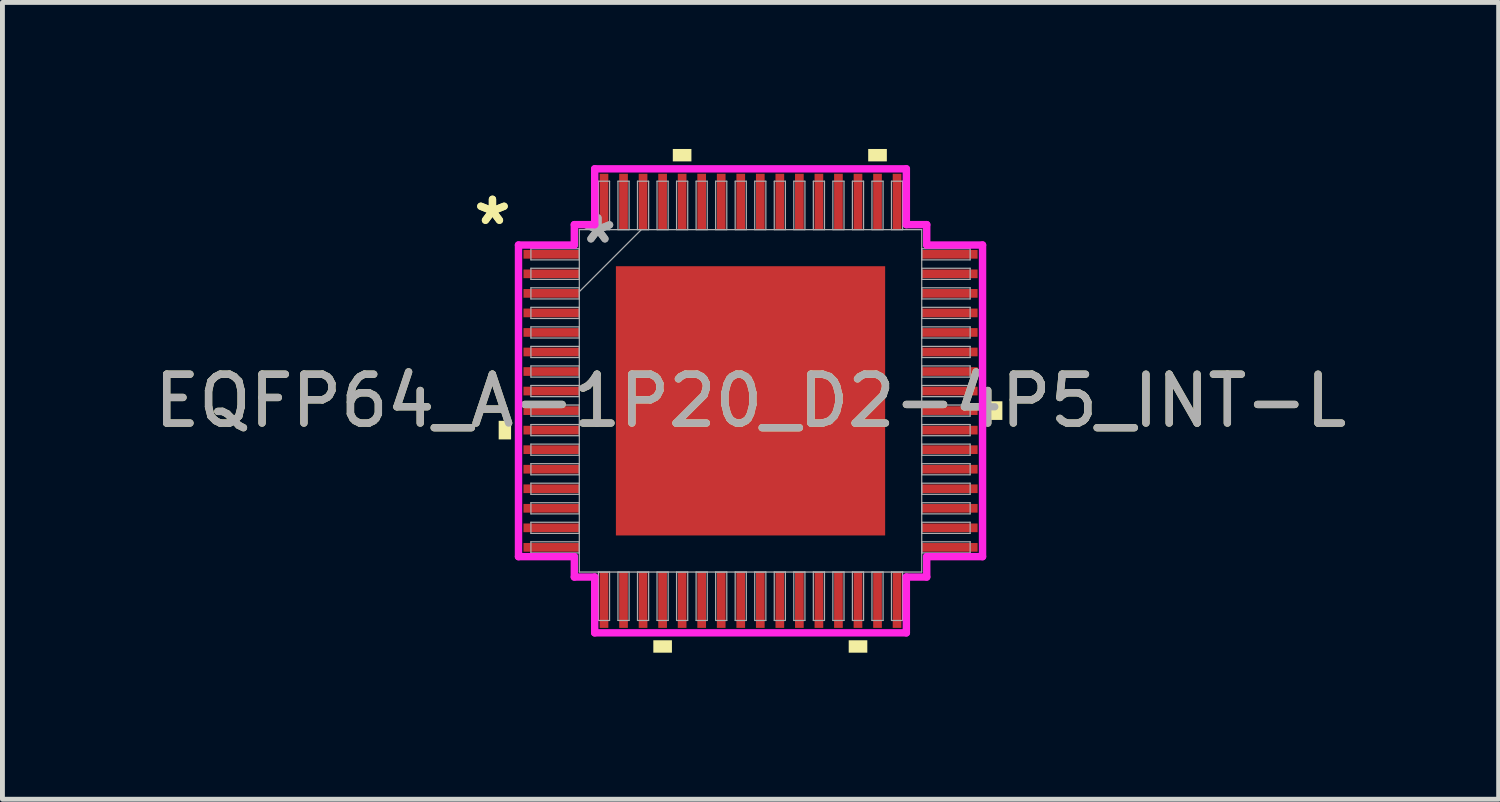
<source format=kicad_pcb>
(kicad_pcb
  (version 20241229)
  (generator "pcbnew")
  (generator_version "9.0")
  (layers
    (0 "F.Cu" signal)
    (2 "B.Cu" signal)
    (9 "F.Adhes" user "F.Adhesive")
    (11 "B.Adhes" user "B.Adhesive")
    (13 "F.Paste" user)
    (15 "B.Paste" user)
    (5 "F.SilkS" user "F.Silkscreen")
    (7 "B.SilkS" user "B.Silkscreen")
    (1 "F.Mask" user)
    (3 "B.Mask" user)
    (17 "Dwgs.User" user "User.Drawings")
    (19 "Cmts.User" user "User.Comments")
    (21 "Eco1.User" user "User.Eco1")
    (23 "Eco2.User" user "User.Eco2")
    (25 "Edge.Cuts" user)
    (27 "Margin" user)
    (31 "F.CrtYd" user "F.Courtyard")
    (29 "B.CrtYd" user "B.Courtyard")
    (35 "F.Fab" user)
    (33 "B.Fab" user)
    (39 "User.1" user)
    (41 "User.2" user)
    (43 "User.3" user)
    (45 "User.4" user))
  (footprint "EQFP64_A-1P20_D2-4P5_INT-L"
    (layer "F.Cu")
    (at 12.315 5.156)
    (property "Reference" "EQFP64_A-1P20_D2-4P5_INT-L" (at 0 0 0) (unlocked yes) (layer "F.SilkS") (effects (font (size 1 1) (thickness 0.15))))
    (attr smd)
    (fp_poly (pts (xy -5.156 0.409) (xy -5.156 0.79) (xy -4.902 0.79) (xy -4.902 0.409)) (stroke (width 0) (type solid)) (fill yes) (layer "F.SilkS"))
    (fp_poly (pts (xy -1.99 4.902) (xy -1.99 5.156) (xy -1.609 5.156) (xy -1.609 4.902)) (stroke (width 0) (type solid)) (fill yes) (layer "F.SilkS"))
    (fp_poly (pts (xy -1.591 -4.902) (xy -1.591 -5.156) (xy -1.21 -5.156) (xy -1.21 -4.902)) (stroke (width 0) (type solid)) (fill yes) (layer "F.SilkS"))
    (fp_poly (pts (xy 2.01 4.902) (xy 2.01 5.156) (xy 2.391 5.156) (xy 2.391 4.902)) (stroke (width 0) (type solid)) (fill yes) (layer "F.SilkS"))
    (fp_poly (pts (xy 2.409 -4.902) (xy 2.409 -5.156) (xy 2.791 -5.156) (xy 2.791 -4.902)) (stroke (width 0) (type solid)) (fill yes) (layer "F.SilkS"))
    (fp_poly (pts (xy 5.156 0.009) (xy 5.156 0.391) (xy 4.902 0.391) (xy 4.902 0.009)) (stroke (width 0) (type solid)) (fill yes) (layer "F.SilkS"))
    (fp_poly (pts (xy -2.656 -2.656) (xy -2.656 -1.478) (xy -1.478 -1.478) (xy -1.478 -2.656)) (stroke (width 0) (type solid)) (fill yes) (layer "F.Paste"))
    (fp_poly (pts (xy -2.656 -1.278) (xy -2.656 -0.1) (xy -1.478 -0.1) (xy -1.478 -1.278)) (stroke (width 0) (type solid)) (fill yes) (layer "F.Paste"))
    (fp_poly (pts (xy -2.656 0.1) (xy -2.656 1.278) (xy -1.478 1.278) (xy -1.478 0.1)) (stroke (width 0) (type solid)) (fill yes) (layer "F.Paste"))
    (fp_poly (pts (xy -2.656 1.478) (xy -2.656 2.656) (xy -1.478 2.656) (xy -1.478 1.478)) (stroke (width 0) (type solid)) (fill yes) (layer "F.Paste"))
    (fp_poly (pts (xy -1.278 -2.656) (xy -1.278 -1.478) (xy -0.1 -1.478) (xy -0.1 -2.656)) (stroke (width 0) (type solid)) (fill yes) (layer "F.Paste"))
    (fp_poly (pts (xy -1.278 -1.278) (xy -1.278 -0.1) (xy -0.1 -0.1) (xy -0.1 -1.278)) (stroke (width 0) (type solid)) (fill yes) (layer "F.Paste"))
    (fp_poly (pts (xy -1.278 0.1) (xy -1.278 1.278) (xy -0.1 1.278) (xy -0.1 0.1)) (stroke (width 0) (type solid)) (fill yes) (layer "F.Paste"))
    (fp_poly (pts (xy -1.278 1.478) (xy -1.278 2.656) (xy -0.1 2.656) (xy -0.1 1.478)) (stroke (width 0) (type solid)) (fill yes) (layer "F.Paste"))
    (fp_poly (pts (xy 0.1 -2.656) (xy 0.1 -1.478) (xy 1.278 -1.478) (xy 1.278 -2.656)) (stroke (width 0) (type solid)) (fill yes) (layer "F.Paste"))
    (fp_poly (pts (xy 0.1 -1.278) (xy 0.1 -0.1) (xy 1.278 -0.1) (xy 1.278 -1.278)) (stroke (width 0) (type solid)) (fill yes) (layer "F.Paste"))
    (fp_poly (pts (xy 0.1 0.1) (xy 0.1 1.278) (xy 1.278 1.278) (xy 1.278 0.1)) (stroke (width 0) (type solid)) (fill yes) (layer "F.Paste"))
    (fp_poly (pts (xy 0.1 1.478) (xy 0.1 2.656) (xy 1.278 2.656) (xy 1.278 1.478)) (stroke (width 0) (type solid)) (fill yes) (layer "F.Paste"))
    (fp_poly (pts (xy 1.478 -2.656) (xy 1.478 -1.478) (xy 2.656 -1.478) (xy 2.656 -2.656)) (stroke (width 0) (type solid)) (fill yes) (layer "F.Paste"))
    (fp_poly (pts (xy 1.478 -1.278) (xy 1.478 -0.1) (xy 2.656 -0.1) (xy 2.656 -1.278)) (stroke (width 0) (type solid)) (fill yes) (layer "F.Paste"))
    (fp_poly (pts (xy 1.478 0.1) (xy 1.478 1.278) (xy 2.656 1.278) (xy 2.656 0.1)) (stroke (width 0) (type solid)) (fill yes) (layer "F.Paste"))
    (fp_poly (pts (xy 1.478 1.478) (xy 1.478 2.656) (xy 2.656 2.656) (xy 2.656 1.478)) (stroke (width 0) (type solid)) (fill yes) (layer "F.Paste"))
    (fp_line (start -4.75 -3.19) (end -3.607 -3.19) (stroke (width 0.152) (type solid)) (layer "F.CrtYd"))
    (fp_line (start -4.75 3.19) (end -4.75 -3.19) (stroke (width 0.152) (type solid)) (layer "F.CrtYd"))
    (fp_line (start -3.607 -3.607) (end -3.19 -3.607) (stroke (width 0.152) (type solid)) (layer "F.CrtYd"))
    (fp_line (start -3.607 -3.19) (end -3.607 -3.607) (stroke (width 0.152) (type solid)) (layer "F.CrtYd"))
    (fp_line (start -3.607 3.19) (end -4.75 3.19) (stroke (width 0.152) (type solid)) (layer "F.CrtYd"))
    (fp_line (start -3.607 3.607) (end -3.607 3.19) (stroke (width 0.152) (type solid)) (layer "F.CrtYd"))
    (fp_line (start -3.607 3.607) (end -3.19 3.607) (stroke (width 0.152) (type solid)) (layer "F.CrtYd"))
    (fp_line (start -3.19 -4.75) (end 3.19 -4.75) (stroke (width 0.152) (type solid)) (layer "F.CrtYd"))
    (fp_line (start -3.19 -3.607) (end -3.19 -4.75) (stroke (width 0.152) (type solid)) (layer "F.CrtYd"))
    (fp_line (start -3.19 3.607) (end -3.19 4.75) (stroke (width 0.152) (type solid)) (layer "F.CrtYd"))
    (fp_line (start -3.19 4.75) (end 3.19 4.75) (stroke (width 0.152) (type solid)) (layer "F.CrtYd"))
    (fp_line (start 3.19 -4.75) (end 3.19 -3.607) (stroke (width 0.152) (type solid)) (layer "F.CrtYd"))
    (fp_line (start 3.19 -3.607) (end 3.607 -3.607) (stroke (width 0.152) (type solid)) (layer "F.CrtYd"))
    (fp_line (start 3.19 3.607) (end 3.607 3.607) (stroke (width 0.152) (type solid)) (layer "F.CrtYd"))
    (fp_line (start 3.19 4.75) (end 3.19 3.607) (stroke (width 0.152) (type solid)) (layer "F.CrtYd"))
    (fp_line (start 3.607 -3.19) (end 3.607 -3.607) (stroke (width 0.152) (type solid)) (layer "F.CrtYd"))
    (fp_line (start 3.607 3.19) (end 4.75 3.19) (stroke (width 0.152) (type solid)) (layer "F.CrtYd"))
    (fp_line (start 3.607 3.607) (end 3.607 3.19) (stroke (width 0.152) (type solid)) (layer "F.CrtYd"))
    (fp_line (start 4.75 -3.19) (end 3.607 -3.19) (stroke (width 0.152) (type solid)) (layer "F.CrtYd"))
    (fp_line (start 4.75 3.19) (end 4.75 -3.19) (stroke (width 0.152) (type solid)) (layer "F.CrtYd"))
    (fp_line (start -4.496 -3.114) (end -4.496 -2.886) (stroke (width 0.025) (type solid)) (layer "F.Fab"))
    (fp_line (start -4.496 -2.886) (end -3.505 -2.886) (stroke (width 0.025) (type solid)) (layer "F.Fab"))
    (fp_line (start -4.496 -2.714) (end -4.496 -2.486) (stroke (width 0.025) (type solid)) (layer "F.Fab"))
    (fp_line (start -4.496 -2.486) (end -3.505 -2.486) (stroke (width 0.025) (type solid)) (layer "F.Fab"))
    (fp_line (start -4.496 -2.314) (end -4.496 -2.086) (stroke (width 0.025) (type solid)) (layer "F.Fab"))
    (fp_line (start -4.496 -2.086) (end -3.505 -2.086) (stroke (width 0.025) (type solid)) (layer "F.Fab"))
    (fp_line (start -4.496 -1.914) (end -4.496 -1.686) (stroke (width 0.025) (type solid)) (layer "F.Fab"))
    (fp_line (start -4.496 -1.686) (end -3.505 -1.686) (stroke (width 0.025) (type solid)) (layer "F.Fab"))
    (fp_line (start -4.496 -1.514) (end -4.496 -1.286) (stroke (width 0.025) (type solid)) (layer "F.Fab"))
    (fp_line (start -4.496 -1.286) (end -3.505 -1.286) (stroke (width 0.025) (type solid)) (layer "F.Fab"))
    (fp_line (start -4.496 -1.114) (end -4.496 -0.886) (stroke (width 0.025) (type solid)) (layer "F.Fab"))
    (fp_line (start -4.496 -0.886) (end -3.505 -0.886) (stroke (width 0.025) (type solid)) (layer "F.Fab"))
    (fp_line (start -4.496 -0.714) (end -4.496 -0.486) (stroke (width 0.025) (type solid)) (layer "F.Fab"))
    (fp_line (start -4.496 -0.486) (end -3.505 -0.486) (stroke (width 0.025) (type solid)) (layer "F.Fab"))
    (fp_line (start -4.496 -0.314) (end -4.496 -0.086) (stroke (width 0.025) (type solid)) (layer "F.Fab"))
    (fp_line (start -4.496 -0.086) (end -3.505 -0.086) (stroke (width 0.025) (type solid)) (layer "F.Fab"))
    (fp_line (start -4.496 0.086) (end -4.496 0.314) (stroke (width 0.025) (type solid)) (layer "F.Fab"))
    (fp_line (start -4.496 0.314) (end -3.505 0.314) (stroke (width 0.025) (type solid)) (layer "F.Fab"))
    (fp_line (start -4.496 0.486) (end -4.496 0.714) (stroke (width 0.025) (type solid)) (layer "F.Fab"))
    (fp_line (start -4.496 0.714) (end -3.505 0.714) (stroke (width 0.025) (type solid)) (layer "F.Fab"))
    (fp_line (start -4.496 0.886) (end -4.496 1.114) (stroke (width 0.025) (type solid)) (layer "F.Fab"))
    (fp_line (start -4.496 1.114) (end -3.505 1.114) (stroke (width 0.025) (type solid)) (layer "F.Fab"))
    (fp_line (start -4.496 1.286) (end -4.496 1.514) (stroke (width 0.025) (type solid)) (layer "F.Fab"))
    (fp_line (start -4.496 1.514) (end -3.505 1.514) (stroke (width 0.025) (type solid)) (layer "F.Fab"))
    (fp_line (start -4.496 1.686) (end -4.496 1.914) (stroke (width 0.025) (type solid)) (layer "F.Fab"))
    (fp_line (start -4.496 1.914) (end -3.505 1.914) (stroke (width 0.025) (type solid)) (layer "F.Fab"))
    (fp_line (start -4.496 2.086) (end -4.496 2.314) (stroke (width 0.025) (type solid)) (layer "F.Fab"))
    (fp_line (start -4.496 2.314) (end -3.505 2.314) (stroke (width 0.025) (type solid)) (layer "F.Fab"))
    (fp_line (start -4.496 2.486) (end -4.496 2.714) (stroke (width 0.025) (type solid)) (layer "F.Fab"))
    (fp_line (start -4.496 2.714) (end -3.505 2.714) (stroke (width 0.025) (type solid)) (layer "F.Fab"))
    (fp_line (start -4.496 2.886) (end -4.496 3.114) (stroke (width 0.025) (type solid)) (layer "F.Fab"))
    (fp_line (start -4.496 3.114) (end -3.505 3.114) (stroke (width 0.025) (type solid)) (layer "F.Fab"))
    (fp_line (start -3.505 -3.505) (end -3.505 3.505) (stroke (width 0.025) (type solid)) (layer "F.Fab"))
    (fp_line (start -3.505 -3.114) (end -4.496 -3.114) (stroke (width 0.025) (type solid)) (layer "F.Fab"))
    (fp_line (start -3.505 -2.886) (end -3.505 -3.114) (stroke (width 0.025) (type solid)) (layer "F.Fab"))
    (fp_line (start -3.505 -2.714) (end -4.496 -2.714) (stroke (width 0.025) (type solid)) (layer "F.Fab"))
    (fp_line (start -3.505 -2.486) (end -3.505 -2.714) (stroke (width 0.025) (type solid)) (layer "F.Fab"))
    (fp_line (start -3.505 -2.314) (end -4.496 -2.314) (stroke (width 0.025) (type solid)) (layer "F.Fab"))
    (fp_line (start -3.505 -2.235) (end -2.235 -3.505) (stroke (width 0.025) (type solid)) (layer "F.Fab"))
    (fp_line (start -3.505 -2.086) (end -3.505 -2.314) (stroke (width 0.025) (type solid)) (layer "F.Fab"))
    (fp_line (start -3.505 -1.914) (end -4.496 -1.914) (stroke (width 0.025) (type solid)) (layer "F.Fab"))
    (fp_line (start -3.505 -1.686) (end -3.505 -1.914) (stroke (width 0.025) (type solid)) (layer "F.Fab"))
    (fp_line (start -3.505 -1.514) (end -4.496 -1.514) (stroke (width 0.025) (type solid)) (layer "F.Fab"))
    (fp_line (start -3.505 -1.286) (end -3.505 -1.514) (stroke (width 0.025) (type solid)) (layer "F.Fab"))
    (fp_line (start -3.505 -1.114) (end -4.496 -1.114) (stroke (width 0.025) (type solid)) (layer "F.Fab"))
    (fp_line (start -3.505 -0.886) (end -3.505 -1.114) (stroke (width 0.025) (type solid)) (layer "F.Fab"))
    (fp_line (start -3.505 -0.714) (end -4.496 -0.714) (stroke (width 0.025) (type solid)) (layer "F.Fab"))
    (fp_line (start -3.505 -0.486) (end -3.505 -0.714) (stroke (width 0.025) (type solid)) (layer "F.Fab"))
    (fp_line (start -3.505 -0.314) (end -4.496 -0.314) (stroke (width 0.025) (type solid)) (layer "F.Fab"))
    (fp_line (start -3.505 -0.086) (end -3.505 -0.314) (stroke (width 0.025) (type solid)) (layer "F.Fab"))
    (fp_line (start -3.505 0.086) (end -4.496 0.086) (stroke (width 0.025) (type solid)) (layer "F.Fab"))
    (fp_line (start -3.505 0.314) (end -3.505 0.086) (stroke (width 0.025) (type solid)) (layer "F.Fab"))
    (fp_line (start -3.505 0.486) (end -4.496 0.486) (stroke (width 0.025) (type solid)) (layer "F.Fab"))
    (fp_line (start -3.505 0.714) (end -3.505 0.486) (stroke (width 0.025) (type solid)) (layer "F.Fab"))
    (fp_line (start -3.505 0.886) (end -4.496 0.886) (stroke (width 0.025) (type solid)) (layer "F.Fab"))
    (fp_line (start -3.505 1.114) (end -3.505 0.886) (stroke (width 0.025) (type solid)) (layer "F.Fab"))
    (fp_line (start -3.505 1.286) (end -4.496 1.286) (stroke (width 0.025) (type solid)) (layer "F.Fab"))
    (fp_line (start -3.505 1.514) (end -3.505 1.286) (stroke (width 0.025) (type solid)) (layer "F.Fab"))
    (fp_line (start -3.505 1.686) (end -4.496 1.686) (stroke (width 0.025) (type solid)) (layer "F.Fab"))
    (fp_line (start -3.505 1.914) (end -3.505 1.686) (stroke (width 0.025) (type solid)) (layer "F.Fab"))
    (fp_line (start -3.505 2.086) (end -4.496 2.086) (stroke (width 0.025) (type solid)) (layer "F.Fab"))
    (fp_line (start -3.505 2.314) (end -3.505 2.086) (stroke (width 0.025) (type solid)) (layer "F.Fab"))
    (fp_line (start -3.505 2.486) (end -4.496 2.486) (stroke (width 0.025) (type solid)) (layer "F.Fab"))
    (fp_line (start -3.505 2.714) (end -3.505 2.486) (stroke (width 0.025) (type solid)) (layer "F.Fab"))
    (fp_line (start -3.505 2.886) (end -4.496 2.886) (stroke (width 0.025) (type solid)) (layer "F.Fab"))
    (fp_line (start -3.505 3.114) (end -3.505 2.886) (stroke (width 0.025) (type solid)) (layer "F.Fab"))
    (fp_line (start -3.505 3.505) (end 3.505 3.505) (stroke (width 0.025) (type solid)) (layer "F.Fab"))
    (fp_line (start -3.114 -4.496) (end -3.114 -3.505) (stroke (width 0.025) (type solid)) (layer "F.Fab"))
    (fp_line (start -3.114 -3.505) (end -2.886 -3.505) (stroke (width 0.025) (type solid)) (layer "F.Fab"))
    (fp_line (start -3.114 3.505) (end -3.114 4.496) (stroke (width 0.025) (type solid)) (layer "F.Fab"))
    (fp_line (start -3.114 4.496) (end -2.886 4.496) (stroke (width 0.025) (type solid)) (layer "F.Fab"))
    (fp_line (start -2.886 -4.496) (end -3.114 -4.496) (stroke (width 0.025) (type solid)) (layer "F.Fab"))
    (fp_line (start -2.886 -3.505) (end -2.886 -4.496) (stroke (width 0.025) (type solid)) (layer "F.Fab"))
    (fp_line (start -2.886 3.505) (end -3.114 3.505) (stroke (width 0.025) (type solid)) (layer "F.Fab"))
    (fp_line (start -2.886 4.496) (end -2.886 3.505) (stroke (width 0.025) (type solid)) (layer "F.Fab"))
    (fp_line (start -2.714 -4.496) (end -2.714 -3.505) (stroke (width 0.025) (type solid)) (layer "F.Fab"))
    (fp_line (start -2.714 -3.505) (end -2.486 -3.505) (stroke (width 0.025) (type solid)) (layer "F.Fab"))
    (fp_line (start -2.714 3.505) (end -2.714 4.496) (stroke (width 0.025) (type solid)) (layer "F.Fab"))
    (fp_line (start -2.714 4.496) (end -2.486 4.496) (stroke (width 0.025) (type solid)) (layer "F.Fab"))
    (fp_line (start -2.486 -4.496) (end -2.714 -4.496) (stroke (width 0.025) (type solid)) (layer "F.Fab"))
    (fp_line (start -2.486 -3.505) (end -2.486 -4.496) (stroke (width 0.025) (type solid)) (layer "F.Fab"))
    (fp_line (start -2.486 3.505) (end -2.714 3.505) (stroke (width 0.025) (type solid)) (layer "F.Fab"))
    (fp_line (start -2.486 4.496) (end -2.486 3.505) (stroke (width 0.025) (type solid)) (layer "F.Fab"))
    (fp_line (start -2.314 -4.496) (end -2.314 -3.505) (stroke (width 0.025) (type solid)) (layer "F.Fab"))
    (fp_line (start -2.314 -3.505) (end -2.086 -3.505) (stroke (width 0.025) (type solid)) (layer "F.Fab"))
    (fp_line (start -2.314 3.505) (end -2.314 4.496) (stroke (width 0.025) (type solid)) (layer "F.Fab"))
    (fp_line (start -2.314 4.496) (end -2.086 4.496) (stroke (width 0.025) (type solid)) (layer "F.Fab"))
    (fp_line (start -2.086 -4.496) (end -2.314 -4.496) (stroke (width 0.025) (type solid)) (layer "F.Fab"))
    (fp_line (start -2.086 -3.505) (end -2.086 -4.496) (stroke (width 0.025) (type solid)) (layer "F.Fab"))
    (fp_line (start -2.086 3.505) (end -2.314 3.505) (stroke (width 0.025) (type solid)) (layer "F.Fab"))
    (fp_line (start -2.086 4.496) (end -2.086 3.505) (stroke (width 0.025) (type solid)) (layer "F.Fab"))
    (fp_line (start -1.914 -4.496) (end -1.914 -3.505) (stroke (width 0.025) (type solid)) (layer "F.Fab"))
    (fp_line (start -1.914 -3.505) (end -1.686 -3.505) (stroke (width 0.025) (type solid)) (layer "F.Fab"))
    (fp_line (start -1.914 3.505) (end -1.914 4.496) (stroke (width 0.025) (type solid)) (layer "F.Fab"))
    (fp_line (start -1.914 4.496) (end -1.686 4.496) (stroke (width 0.025) (type solid)) (layer "F.Fab"))
    (fp_line (start -1.686 -4.496) (end -1.914 -4.496) (stroke (width 0.025) (type solid)) (layer "F.Fab"))
    (fp_line (start -1.686 -3.505) (end -1.686 -4.496) (stroke (width 0.025) (type solid)) (layer "F.Fab"))
    (fp_line (start -1.686 3.505) (end -1.914 3.505) (stroke (width 0.025) (type solid)) (layer "F.Fab"))
    (fp_line (start -1.686 4.496) (end -1.686 3.505) (stroke (width 0.025) (type solid)) (layer "F.Fab"))
    (fp_line (start -1.514 -4.496) (end -1.514 -3.505) (stroke (width 0.025) (type solid)) (layer "F.Fab"))
    (fp_line (start -1.514 -3.505) (end -1.286 -3.505) (stroke (width 0.025) (type solid)) (layer "F.Fab"))
    (fp_line (start -1.514 3.505) (end -1.514 4.496) (stroke (width 0.025) (type solid)) (layer "F.Fab"))
    (fp_line (start -1.514 4.496) (end -1.286 4.496) (stroke (width 0.025) (type solid)) (layer "F.Fab"))
    (fp_line (start -1.286 -4.496) (end -1.514 -4.496) (stroke (width 0.025) (type solid)) (layer "F.Fab"))
    (fp_line (start -1.286 -3.505) (end -1.286 -4.496) (stroke (width 0.025) (type solid)) (layer "F.Fab"))
    (fp_line (start -1.286 3.505) (end -1.514 3.505) (stroke (width 0.025) (type solid)) (layer "F.Fab"))
    (fp_line (start -1.286 4.496) (end -1.286 3.505) (stroke (width 0.025) (type solid)) (layer "F.Fab"))
    (fp_line (start -1.114 -4.496) (end -1.114 -3.505) (stroke (width 0.025) (type solid)) (layer "F.Fab"))
    (fp_line (start -1.114 -3.505) (end -0.886 -3.505) (stroke (width 0.025) (type solid)) (layer "F.Fab"))
    (fp_line (start -1.114 3.505) (end -1.114 4.496) (stroke (width 0.025) (type solid)) (layer "F.Fab"))
    (fp_line (start -1.114 4.496) (end -0.886 4.496) (stroke (width 0.025) (type solid)) (layer "F.Fab"))
    (fp_line (start -0.886 -4.496) (end -1.114 -4.496) (stroke (width 0.025) (type solid)) (layer "F.Fab"))
    (fp_line (start -0.886 -3.505) (end -0.886 -4.496) (stroke (width 0.025) (type solid)) (layer "F.Fab"))
    (fp_line (start -0.886 3.505) (end -1.114 3.505) (stroke (width 0.025) (type solid)) (layer "F.Fab"))
    (fp_line (start -0.886 4.496) (end -0.886 3.505) (stroke (width 0.025) (type solid)) (layer "F.Fab"))
    (fp_line (start -0.714 -4.496) (end -0.714 -3.505) (stroke (width 0.025) (type solid)) (layer "F.Fab"))
    (fp_line (start -0.714 -3.505) (end -0.486 -3.505) (stroke (width 0.025) (type solid)) (layer "F.Fab"))
    (fp_line (start -0.714 3.505) (end -0.714 4.496) (stroke (width 0.025) (type solid)) (layer "F.Fab"))
    (fp_line (start -0.714 4.496) (end -0.486 4.496) (stroke (width 0.025) (type solid)) (layer "F.Fab"))
    (fp_line (start -0.486 -4.496) (end -0.714 -4.496) (stroke (width 0.025) (type solid)) (layer "F.Fab"))
    (fp_line (start -0.486 -3.505) (end -0.486 -4.496) (stroke (width 0.025) (type solid)) (layer "F.Fab"))
    (fp_line (start -0.486 3.505) (end -0.714 3.505) (stroke (width 0.025) (type solid)) (layer "F.Fab"))
    (fp_line (start -0.486 4.496) (end -0.486 3.505) (stroke (width 0.025) (type solid)) (layer "F.Fab"))
    (fp_line (start -0.314 -4.496) (end -0.314 -3.505) (stroke (width 0.025) (type solid)) (layer "F.Fab"))
    (fp_line (start -0.314 -3.505) (end -0.086 -3.505) (stroke (width 0.025) (type solid)) (layer "F.Fab"))
    (fp_line (start -0.314 3.505) (end -0.314 4.496) (stroke (width 0.025) (type solid)) (layer "F.Fab"))
    (fp_line (start -0.314 4.496) (end -0.086 4.496) (stroke (width 0.025) (type solid)) (layer "F.Fab"))
    (fp_line (start -0.086 -4.496) (end -0.314 -4.496) (stroke (width 0.025) (type solid)) (layer "F.Fab"))
    (fp_line (start -0.086 -3.505) (end -0.086 -4.496) (stroke (width 0.025) (type solid)) (layer "F.Fab"))
    (fp_line (start -0.086 3.505) (end -0.314 3.505) (stroke (width 0.025) (type solid)) (layer "F.Fab"))
    (fp_line (start -0.086 4.496) (end -0.086 3.505) (stroke (width 0.025) (type solid)) (layer "F.Fab"))
    (fp_line (start 0.086 -4.496) (end 0.086 -3.505) (stroke (width 0.025) (type solid)) (layer "F.Fab"))
    (fp_line (start 0.086 -3.505) (end 0.314 -3.505) (stroke (width 0.025) (type solid)) (layer "F.Fab"))
    (fp_line (start 0.086 3.505) (end 0.086 4.496) (stroke (width 0.025) (type solid)) (layer "F.Fab"))
    (fp_line (start 0.086 4.496) (end 0.314 4.496) (stroke (width 0.025) (type solid)) (layer "F.Fab"))
    (fp_line (start 0.314 -4.496) (end 0.086 -4.496) (stroke (width 0.025) (type solid)) (layer "F.Fab"))
    (fp_line (start 0.314 -3.505) (end 0.314 -4.496) (stroke (width 0.025) (type solid)) (layer "F.Fab"))
    (fp_line (start 0.314 3.505) (end 0.086 3.505) (stroke (width 0.025) (type solid)) (layer "F.Fab"))
    (fp_line (start 0.314 4.496) (end 0.314 3.505) (stroke (width 0.025) (type solid)) (layer "F.Fab"))
    (fp_line (start 0.486 -4.496) (end 0.486 -3.505) (stroke (width 0.025) (type solid)) (layer "F.Fab"))
    (fp_line (start 0.486 -3.505) (end 0.714 -3.505) (stroke (width 0.025) (type solid)) (layer "F.Fab"))
    (fp_line (start 0.486 3.505) (end 0.486 4.496) (stroke (width 0.025) (type solid)) (layer "F.Fab"))
    (fp_line (start 0.486 4.496) (end 0.714 4.496) (stroke (width 0.025) (type solid)) (layer "F.Fab"))
    (fp_line (start 0.714 -4.496) (end 0.486 -4.496) (stroke (width 0.025) (type solid)) (layer "F.Fab"))
    (fp_line (start 0.714 -3.505) (end 0.714 -4.496) (stroke (width 0.025) (type solid)) (layer "F.Fab"))
    (fp_line (start 0.714 3.505) (end 0.486 3.505) (stroke (width 0.025) (type solid)) (layer "F.Fab"))
    (fp_line (start 0.714 4.496) (end 0.714 3.505) (stroke (width 0.025) (type solid)) (layer "F.Fab"))
    (fp_line (start 0.886 -4.496) (end 0.886 -3.505) (stroke (width 0.025) (type solid)) (layer "F.Fab"))
    (fp_line (start 0.886 -3.505) (end 1.114 -3.505) (stroke (width 0.025) (type solid)) (layer "F.Fab"))
    (fp_line (start 0.886 3.505) (end 0.886 4.496) (stroke (width 0.025) (type solid)) (layer "F.Fab"))
    (fp_line (start 0.886 4.496) (end 1.114 4.496) (stroke (width 0.025) (type solid)) (layer "F.Fab"))
    (fp_line (start 1.114 -4.496) (end 0.886 -4.496) (stroke (width 0.025) (type solid)) (layer "F.Fab"))
    (fp_line (start 1.114 -3.505) (end 1.114 -4.496) (stroke (width 0.025) (type solid)) (layer "F.Fab"))
    (fp_line (start 1.114 3.505) (end 0.886 3.505) (stroke (width 0.025) (type solid)) (layer "F.Fab"))
    (fp_line (start 1.114 4.496) (end 1.114 3.505) (stroke (width 0.025) (type solid)) (layer "F.Fab"))
    (fp_line (start 1.286 -4.496) (end 1.286 -3.505) (stroke (width 0.025) (type solid)) (layer "F.Fab"))
    (fp_line (start 1.286 -3.505) (end 1.514 -3.505) (stroke (width 0.025) (type solid)) (layer "F.Fab"))
    (fp_line (start 1.286 3.505) (end 1.286 4.496) (stroke (width 0.025) (type solid)) (layer "F.Fab"))
    (fp_line (start 1.286 4.496) (end 1.514 4.496) (stroke (width 0.025) (type solid)) (layer "F.Fab"))
    (fp_line (start 1.514 -4.496) (end 1.286 -4.496) (stroke (width 0.025) (type solid)) (layer "F.Fab"))
    (fp_line (start 1.514 -3.505) (end 1.514 -4.496) (stroke (width 0.025) (type solid)) (layer "F.Fab"))
    (fp_line (start 1.514 3.505) (end 1.286 3.505) (stroke (width 0.025) (type solid)) (layer "F.Fab"))
    (fp_line (start 1.514 4.496) (end 1.514 3.505) (stroke (width 0.025) (type solid)) (layer "F.Fab"))
    (fp_line (start 1.686 -4.496) (end 1.686 -3.505) (stroke (width 0.025) (type solid)) (layer "F.Fab"))
    (fp_line (start 1.686 -3.505) (end 1.914 -3.505) (stroke (width 0.025) (type solid)) (layer "F.Fab"))
    (fp_line (start 1.686 3.505) (end 1.686 4.496) (stroke (width 0.025) (type solid)) (layer "F.Fab"))
    (fp_line (start 1.686 4.496) (end 1.914 4.496) (stroke (width 0.025) (type solid)) (layer "F.Fab"))
    (fp_line (start 1.914 -4.496) (end 1.686 -4.496) (stroke (width 0.025) (type solid)) (layer "F.Fab"))
    (fp_line (start 1.914 -3.505) (end 1.914 -4.496) (stroke (width 0.025) (type solid)) (layer "F.Fab"))
    (fp_line (start 1.914 3.505) (end 1.686 3.505) (stroke (width 0.025) (type solid)) (layer "F.Fab"))
    (fp_line (start 1.914 4.496) (end 1.914 3.505) (stroke (width 0.025) (type solid)) (layer "F.Fab"))
    (fp_line (start 2.086 -4.496) (end 2.086 -3.505) (stroke (width 0.025) (type solid)) (layer "F.Fab"))
    (fp_line (start 2.086 -3.505) (end 2.314 -3.505) (stroke (width 0.025) (type solid)) (layer "F.Fab"))
    (fp_line (start 2.086 3.505) (end 2.086 4.496) (stroke (width 0.025) (type solid)) (layer "F.Fab"))
    (fp_line (start 2.086 4.496) (end 2.314 4.496) (stroke (width 0.025) (type solid)) (layer "F.Fab"))
    (fp_line (start 2.314 -4.496) (end 2.086 -4.496) (stroke (width 0.025) (type solid)) (layer "F.Fab"))
    (fp_line (start 2.314 -3.505) (end 2.314 -4.496) (stroke (width 0.025) (type solid)) (layer "F.Fab"))
    (fp_line (start 2.314 3.505) (end 2.086 3.505) (stroke (width 0.025) (type solid)) (layer "F.Fab"))
    (fp_line (start 2.314 4.496) (end 2.314 3.505) (stroke (width 0.025) (type solid)) (layer "F.Fab"))
    (fp_line (start 2.486 -4.496) (end 2.486 -3.505) (stroke (width 0.025) (type solid)) (layer "F.Fab"))
    (fp_line (start 2.486 -3.505) (end 2.714 -3.505) (stroke (width 0.025) (type solid)) (layer "F.Fab"))
    (fp_line (start 2.486 3.505) (end 2.486 4.496) (stroke (width 0.025) (type solid)) (layer "F.Fab"))
    (fp_line (start 2.486 4.496) (end 2.714 4.496) (stroke (width 0.025) (type solid)) (layer "F.Fab"))
    (fp_line (start 2.714 -4.496) (end 2.486 -4.496) (stroke (width 0.025) (type solid)) (layer "F.Fab"))
    (fp_line (start 2.714 -3.505) (end 2.714 -4.496) (stroke (width 0.025) (type solid)) (layer "F.Fab"))
    (fp_line (start 2.714 3.505) (end 2.486 3.505) (stroke (width 0.025) (type solid)) (layer "F.Fab"))
    (fp_line (start 2.714 4.496) (end 2.714 3.505) (stroke (width 0.025) (type solid)) (layer "F.Fab"))
    (fp_line (start 2.886 -4.496) (end 2.886 -3.505) (stroke (width 0.025) (type solid)) (layer "F.Fab"))
    (fp_line (start 2.886 -3.505) (end 3.114 -3.505) (stroke (width 0.025) (type solid)) (layer "F.Fab"))
    (fp_line (start 2.886 3.505) (end 2.886 4.496) (stroke (width 0.025) (type solid)) (layer "F.Fab"))
    (fp_line (start 2.886 4.496) (end 3.114 4.496) (stroke (width 0.025) (type solid)) (layer "F.Fab"))
    (fp_line (start 3.114 -4.496) (end 2.886 -4.496) (stroke (width 0.025) (type solid)) (layer "F.Fab"))
    (fp_line (start 3.114 -3.505) (end 3.114 -4.496) (stroke (width 0.025) (type solid)) (layer "F.Fab"))
    (fp_line (start 3.114 3.505) (end 2.886 3.505) (stroke (width 0.025) (type solid)) (layer "F.Fab"))
    (fp_line (start 3.114 4.496) (end 3.114 3.505) (stroke (width 0.025) (type solid)) (layer "F.Fab"))
    (fp_line (start 3.505 -3.505) (end -3.505 -3.505) (stroke (width 0.025) (type solid)) (layer "F.Fab"))
    (fp_line (start 3.505 -3.114) (end 3.505 -2.886) (stroke (width 0.025) (type solid)) (layer "F.Fab"))
    (fp_line (start 3.505 -2.886) (end 4.496 -2.886) (stroke (width 0.025) (type solid)) (layer "F.Fab"))
    (fp_line (start 3.505 -2.714) (end 3.505 -2.486) (stroke (width 0.025) (type solid)) (layer "F.Fab"))
    (fp_line (start 3.505 -2.486) (end 4.496 -2.486) (stroke (width 0.025) (type solid)) (layer "F.Fab"))
    (fp_line (start 3.505 -2.314) (end 3.505 -2.086) (stroke (width 0.025) (type solid)) (layer "F.Fab"))
    (fp_line (start 3.505 -2.086) (end 4.496 -2.086) (stroke (width 0.025) (type solid)) (layer "F.Fab"))
    (fp_line (start 3.505 -1.914) (end 3.505 -1.686) (stroke (width 0.025) (type solid)) (layer "F.Fab"))
    (fp_line (start 3.505 -1.686) (end 4.496 -1.686) (stroke (width 0.025) (type solid)) (layer "F.Fab"))
    (fp_line (start 3.505 -1.514) (end 3.505 -1.286) (stroke (width 0.025) (type solid)) (layer "F.Fab"))
    (fp_line (start 3.505 -1.286) (end 4.496 -1.286) (stroke (width 0.025) (type solid)) (layer "F.Fab"))
    (fp_line (start 3.505 -1.114) (end 3.505 -0.886) (stroke (width 0.025) (type solid)) (layer "F.Fab"))
    (fp_line (start 3.505 -0.886) (end 4.496 -0.886) (stroke (width 0.025) (type solid)) (layer "F.Fab"))
    (fp_line (start 3.505 -0.714) (end 3.505 -0.486) (stroke (width 0.025) (type solid)) (layer "F.Fab"))
    (fp_line (start 3.505 -0.486) (end 4.496 -0.486) (stroke (width 0.025) (type solid)) (layer "F.Fab"))
    (fp_line (start 3.505 -0.314) (end 3.505 -0.086) (stroke (width 0.025) (type solid)) (layer "F.Fab"))
    (fp_line (start 3.505 -0.086) (end 4.496 -0.086) (stroke (width 0.025) (type solid)) (layer "F.Fab"))
    (fp_line (start 3.505 0.086) (end 3.505 0.314) (stroke (width 0.025) (type solid)) (layer "F.Fab"))
    (fp_line (start 3.505 0.314) (end 4.496 0.314) (stroke (width 0.025) (type solid)) (layer "F.Fab"))
    (fp_line (start 3.505 0.486) (end 3.505 0.714) (stroke (width 0.025) (type solid)) (layer "F.Fab"))
    (fp_line (start 3.505 0.714) (end 4.496 0.714) (stroke (width 0.025) (type solid)) (layer "F.Fab"))
    (fp_line (start 3.505 0.886) (end 3.505 1.114) (stroke (width 0.025) (type solid)) (layer "F.Fab"))
    (fp_line (start 3.505 1.114) (end 4.496 1.114) (stroke (width 0.025) (type solid)) (layer "F.Fab"))
    (fp_line (start 3.505 1.286) (end 3.505 1.514) (stroke (width 0.025) (type solid)) (layer "F.Fab"))
    (fp_line (start 3.505 1.514) (end 4.496 1.514) (stroke (width 0.025) (type solid)) (layer "F.Fab"))
    (fp_line (start 3.505 1.686) (end 3.505 1.914) (stroke (width 0.025) (type solid)) (layer "F.Fab"))
    (fp_line (start 3.505 1.914) (end 4.496 1.914) (stroke (width 0.025) (type solid)) (layer "F.Fab"))
    (fp_line (start 3.505 2.086) (end 3.505 2.314) (stroke (width 0.025) (type solid)) (layer "F.Fab"))
    (fp_line (start 3.505 2.314) (end 4.496 2.314) (stroke (width 0.025) (type solid)) (layer "F.Fab"))
    (fp_line (start 3.505 2.486) (end 3.505 2.714) (stroke (width 0.025) (type solid)) (layer "F.Fab"))
    (fp_line (start 3.505 2.714) (end 4.496 2.714) (stroke (width 0.025) (type solid)) (layer "F.Fab"))
    (fp_line (start 3.505 2.886) (end 3.505 3.114) (stroke (width 0.025) (type solid)) (layer "F.Fab"))
    (fp_line (start 3.505 3.114) (end 4.496 3.114) (stroke (width 0.025) (type solid)) (layer "F.Fab"))
    (fp_line (start 3.505 3.505) (end 3.505 -3.505) (stroke (width 0.025) (type solid)) (layer "F.Fab"))
    (fp_line (start 4.496 -3.114) (end 3.505 -3.114) (stroke (width 0.025) (type solid)) (layer "F.Fab"))
    (fp_line (start 4.496 -2.886) (end 4.496 -3.114) (stroke (width 0.025) (type solid)) (layer "F.Fab"))
    (fp_line (start 4.496 -2.714) (end 3.505 -2.714) (stroke (width 0.025) (type solid)) (layer "F.Fab"))
    (fp_line (start 4.496 -2.486) (end 4.496 -2.714) (stroke (width 0.025) (type solid)) (layer "F.Fab"))
    (fp_line (start 4.496 -2.314) (end 3.505 -2.314) (stroke (width 0.025) (type solid)) (layer "F.Fab"))
    (fp_line (start 4.496 -2.086) (end 4.496 -2.314) (stroke (width 0.025) (type solid)) (layer "F.Fab"))
    (fp_line (start 4.496 -1.914) (end 3.505 -1.914) (stroke (width 0.025) (type solid)) (layer "F.Fab"))
    (fp_line (start 4.496 -1.686) (end 4.496 -1.914) (stroke (width 0.025) (type solid)) (layer "F.Fab"))
    (fp_line (start 4.496 -1.514) (end 3.505 -1.514) (stroke (width 0.025) (type solid)) (layer "F.Fab"))
    (fp_line (start 4.496 -1.286) (end 4.496 -1.514) (stroke (width 0.025) (type solid)) (layer "F.Fab"))
    (fp_line (start 4.496 -1.114) (end 3.505 -1.114) (stroke (width 0.025) (type solid)) (layer "F.Fab"))
    (fp_line (start 4.496 -0.886) (end 4.496 -1.114) (stroke (width 0.025) (type solid)) (layer "F.Fab"))
    (fp_line (start 4.496 -0.714) (end 3.505 -0.714) (stroke (width 0.025) (type solid)) (layer "F.Fab"))
    (fp_line (start 4.496 -0.486) (end 4.496 -0.714) (stroke (width 0.025) (type solid)) (layer "F.Fab"))
    (fp_line (start 4.496 -0.314) (end 3.505 -0.314) (stroke (width 0.025) (type solid)) (layer "F.Fab"))
    (fp_line (start 4.496 -0.086) (end 4.496 -0.314) (stroke (width 0.025) (type solid)) (layer "F.Fab"))
    (fp_line (start 4.496 0.086) (end 3.505 0.086) (stroke (width 0.025) (type solid)) (layer "F.Fab"))
    (fp_line (start 4.496 0.314) (end 4.496 0.086) (stroke (width 0.025) (type solid)) (layer "F.Fab"))
    (fp_line (start 4.496 0.486) (end 3.505 0.486) (stroke (width 0.025) (type solid)) (layer "F.Fab"))
    (fp_line (start 4.496 0.714) (end 4.496 0.486) (stroke (width 0.025) (type solid)) (layer "F.Fab"))
    (fp_line (start 4.496 0.886) (end 3.505 0.886) (stroke (width 0.025) (type solid)) (layer "F.Fab"))
    (fp_line (start 4.496 1.114) (end 4.496 0.886) (stroke (width 0.025) (type solid)) (layer "F.Fab"))
    (fp_line (start 4.496 1.286) (end 3.505 1.286) (stroke (width 0.025) (type solid)) (layer "F.Fab"))
    (fp_line (start 4.496 1.514) (end 4.496 1.286) (stroke (width 0.025) (type solid)) (layer "F.Fab"))
    (fp_line (start 4.496 1.686) (end 3.505 1.686) (stroke (width 0.025) (type solid)) (layer "F.Fab"))
    (fp_line (start 4.496 1.914) (end 4.496 1.686) (stroke (width 0.025) (type solid)) (layer "F.Fab"))
    (fp_line (start 4.496 2.086) (end 3.505 2.086) (stroke (width 0.025) (type solid)) (layer "F.Fab"))
    (fp_line (start 4.496 2.314) (end 4.496 2.086) (stroke (width 0.025) (type solid)) (layer "F.Fab"))
    (fp_line (start 4.496 2.486) (end 3.505 2.486) (stroke (width 0.025) (type solid)) (layer "F.Fab"))
    (fp_line (start 4.496 2.714) (end 4.496 2.486) (stroke (width 0.025) (type solid)) (layer "F.Fab"))
    (fp_line (start 4.496 2.886) (end 3.505 2.886) (stroke (width 0.025) (type solid)) (layer "F.Fab"))
    (fp_line (start 4.496 3.114) (end 4.496 2.886) (stroke (width 0.025) (type solid)) (layer "F.Fab"))
    (fp_text user "*" (at -5.283 -3.581 0) (unlocked yes) (layer "F.SilkS") (effects (font (size 1 1) (thickness 0.15))))
    (fp_text user "*" (at -5.283 -3.581 0) (layer "F.SilkS") (effects (font (size 1 1) (thickness 0.15))))
    (fp_text user "*" (at -3.124 -3.2 0) (layer "F.Fab") (effects (font (size 1 1) (thickness 0.15))))
    (fp_text user "${REFERENCE}" (at 0 0 0) (unlocked yes) (layer "F.Fab") (effects (font (size 1 1) (thickness 0.15))))
    (fp_text user "*" (at -3.124 -3.2 0) (unlocked yes) (layer "F.Fab") (effects (font (size 1 1) (thickness 0.15))))
    (pad "1" smd rect (at -4.077 -3 90) (size 0.178 1.143) (layers "F.Cu" "F.Mask" "F.Paste"))
    (pad "2" smd rect (at -4.077 -2.6 90) (size 0.178 1.143) (layers "F.Cu" "F.Mask" "F.Paste"))
    (pad "3" smd rect (at -4.077 -2.2 90) (size 0.178 1.143) (layers "F.Cu" "F.Mask" "F.Paste"))
    (pad "4" smd rect (at -4.077 -1.8 90) (size 0.178 1.143) (layers "F.Cu" "F.Mask" "F.Paste"))
    (pad "5" smd rect (at -4.077 -1.4 90) (size 0.178 1.143) (layers "F.Cu" "F.Mask" "F.Paste"))
    (pad "6" smd rect (at -4.077 -1 90) (size 0.178 1.143) (layers "F.Cu" "F.Mask" "F.Paste"))
    (pad "7" smd rect (at -4.077 -0.6 90) (size 0.178 1.143) (layers "F.Cu" "F.Mask" "F.Paste"))
    (pad "8" smd rect (at -4.077 -0.2 90) (size 0.178 1.143) (layers "F.Cu" "F.Mask" "F.Paste"))
    (pad "9" smd rect (at -4.077 0.2 90) (size 0.178 1.143) (layers "F.Cu" "F.Mask" "F.Paste"))
    (pad "10" smd rect (at -4.077 0.6 90) (size 0.178 1.143) (layers "F.Cu" "F.Mask" "F.Paste"))
    (pad "11" smd rect (at -4.077 1 90) (size 0.178 1.143) (layers "F.Cu" "F.Mask" "F.Paste"))
    (pad "12" smd rect (at -4.077 1.4 90) (size 0.178 1.143) (layers "F.Cu" "F.Mask" "F.Paste"))
    (pad "13" smd rect (at -4.077 1.8 90) (size 0.178 1.143) (layers "F.Cu" "F.Mask" "F.Paste"))
    (pad "14" smd rect (at -4.077 2.2 90) (size 0.178 1.143) (layers "F.Cu" "F.Mask" "F.Paste"))
    (pad "15" smd rect (at -4.077 2.6 90) (size 0.178 1.143) (layers "F.Cu" "F.Mask" "F.Paste"))
    (pad "16" smd rect (at -4.077 3 90) (size 0.178 1.143) (layers "F.Cu" "F.Mask" "F.Paste"))
    (pad "17" smd rect (at -3 4.077) (size 0.178 1.143) (layers "F.Cu" "F.Mask" "F.Paste"))
    (pad "18" smd rect (at -2.6 4.077) (size 0.178 1.143) (layers "F.Cu" "F.Mask" "F.Paste"))
    (pad "19" smd rect (at -2.2 4.077) (size 0.178 1.143) (layers "F.Cu" "F.Mask" "F.Paste"))
    (pad "20" smd rect (at -1.8 4.077) (size 0.178 1.143) (layers "F.Cu" "F.Mask" "F.Paste"))
    (pad "21" smd rect (at -1.4 4.077) (size 0.178 1.143) (layers "F.Cu" "F.Mask" "F.Paste"))
    (pad "22" smd rect (at -1 4.077) (size 0.178 1.143) (layers "F.Cu" "F.Mask" "F.Paste"))
    (pad "23" smd rect (at -0.6 4.077) (size 0.178 1.143) (layers "F.Cu" "F.Mask" "F.Paste"))
    (pad "24" smd rect (at -0.2 4.077) (size 0.178 1.143) (layers "F.Cu" "F.Mask" "F.Paste"))
    (pad "25" smd rect (at 0.2 4.077) (size 0.178 1.143) (layers "F.Cu" "F.Mask" "F.Paste"))
    (pad "26" smd rect (at 0.6 4.077) (size 0.178 1.143) (layers "F.Cu" "F.Mask" "F.Paste"))
    (pad "27" smd rect (at 1 4.077) (size 0.178 1.143) (layers "F.Cu" "F.Mask" "F.Paste"))
    (pad "28" smd rect (at 1.4 4.077) (size 0.178 1.143) (layers "F.Cu" "F.Mask" "F.Paste"))
    (pad "29" smd rect (at 1.8 4.077) (size 0.178 1.143) (layers "F.Cu" "F.Mask" "F.Paste"))
    (pad "30" smd rect (at 2.2 4.077) (size 0.178 1.143) (layers "F.Cu" "F.Mask" "F.Paste"))
    (pad "31" smd rect (at 2.6 4.077) (size 0.178 1.143) (layers "F.Cu" "F.Mask" "F.Paste"))
    (pad "32" smd rect (at 3 4.077) (size 0.178 1.143) (layers "F.Cu" "F.Mask" "F.Paste"))
    (pad "33" smd rect (at 4.077 3 90) (size 0.178 1.143) (layers "F.Cu" "F.Mask" "F.Paste"))
    (pad "34" smd rect (at 4.077 2.6 90) (size 0.178 1.143) (layers "F.Cu" "F.Mask" "F.Paste"))
    (pad "35" smd rect (at 4.077 2.2 90) (size 0.178 1.143) (layers "F.Cu" "F.Mask" "F.Paste"))
    (pad "36" smd rect (at 4.077 1.8 90) (size 0.178 1.143) (layers "F.Cu" "F.Mask" "F.Paste"))
    (pad "37" smd rect (at 4.077 1.4 90) (size 0.178 1.143) (layers "F.Cu" "F.Mask" "F.Paste"))
    (pad "38" smd rect (at 4.077 1 90) (size 0.178 1.143) (layers "F.Cu" "F.Mask" "F.Paste"))
    (pad "39" smd rect (at 4.077 0.6 90) (size 0.178 1.143) (layers "F.Cu" "F.Mask" "F.Paste"))
    (pad "40" smd rect (at 4.077 0.2 90) (size 0.178 1.143) (layers "F.Cu" "F.Mask" "F.Paste"))
    (pad "41" smd rect (at 4.077 -0.2 90) (size 0.178 1.143) (layers "F.Cu" "F.Mask" "F.Paste"))
    (pad "42" smd rect (at 4.077 -0.6 90) (size 0.178 1.143) (layers "F.Cu" "F.Mask" "F.Paste"))
    (pad "43" smd rect (at 4.077 -1 90) (size 0.178 1.143) (layers "F.Cu" "F.Mask" "F.Paste"))
    (pad "44" smd rect (at 4.077 -1.4 90) (size 0.178 1.143) (layers "F.Cu" "F.Mask" "F.Paste"))
    (pad "45" smd rect (at 4.077 -1.8 90) (size 0.178 1.143) (layers "F.Cu" "F.Mask" "F.Paste"))
    (pad "46" smd rect (at 4.077 -2.2 90) (size 0.178 1.143) (layers "F.Cu" "F.Mask" "F.Paste"))
    (pad "47" smd rect (at 4.077 -2.6 90) (size 0.178 1.143) (layers "F.Cu" "F.Mask" "F.Paste"))
    (pad "48" smd rect (at 4.077 -3 90) (size 0.178 1.143) (layers "F.Cu" "F.Mask" "F.Paste"))
    (pad "49" smd rect (at 3 -4.077) (size 0.178 1.143) (layers "F.Cu" "F.Mask" "F.Paste"))
    (pad "50" smd rect (at 2.6 -4.077) (size 0.178 1.143) (layers "F.Cu" "F.Mask" "F.Paste"))
    (pad "51" smd rect (at 2.2 -4.077) (size 0.178 1.143) (layers "F.Cu" "F.Mask" "F.Paste"))
    (pad "52" smd rect (at 1.8 -4.077) (size 0.178 1.143) (layers "F.Cu" "F.Mask" "F.Paste"))
    (pad "53" smd rect (at 1.4 -4.077) (size 0.178 1.143) (layers "F.Cu" "F.Mask" "F.Paste"))
    (pad "54" smd rect (at 1 -4.077) (size 0.178 1.143) (layers "F.Cu" "F.Mask" "F.Paste"))
    (pad "55" smd rect (at 0.6 -4.077) (size 0.178 1.143) (layers "F.Cu" "F.Mask" "F.Paste"))
    (pad "56" smd rect (at 0.2 -4.077) (size 0.178 1.143) (layers "F.Cu" "F.Mask" "F.Paste"))
    (pad "57" smd rect (at -0.2 -4.077) (size 0.178 1.143) (layers "F.Cu" "F.Mask" "F.Paste"))
    (pad "58" smd rect (at -0.6 -4.077) (size 0.178 1.143) (layers "F.Cu" "F.Mask" "F.Paste"))
    (pad "59" smd rect (at -1 -4.077) (size 0.178 1.143) (layers "F.Cu" "F.Mask" "F.Paste"))
    (pad "60" smd rect (at -1.4 -4.077) (size 0.178 1.143) (layers "F.Cu" "F.Mask" "F.Paste"))
    (pad "61" smd rect (at -1.8 -4.077) (size 0.178 1.143) (layers "F.Cu" "F.Mask" "F.Paste"))
    (pad "62" smd rect (at -2.2 -4.077) (size 0.178 1.143) (layers "F.Cu" "F.Mask" "F.Paste"))
    (pad "63" smd rect (at -2.6 -4.077) (size 0.178 1.143) (layers "F.Cu" "F.Mask" "F.Paste"))
    (pad "64" smd rect (at -3 -4.077) (size 0.178 1.143) (layers "F.Cu" "F.Mask" "F.Paste"))
    (pad "EPAD" smd rect (at 0 0) (size 5.512 5.512) (layers "F.Cu" "F.Mask")))
  (gr_rect
    (start -3 -3)
    (end 27.631 13.312)
    (stroke (width 0.1) (type default))
    (fill no)
    (layer "Edge.Cuts")))
</source>
